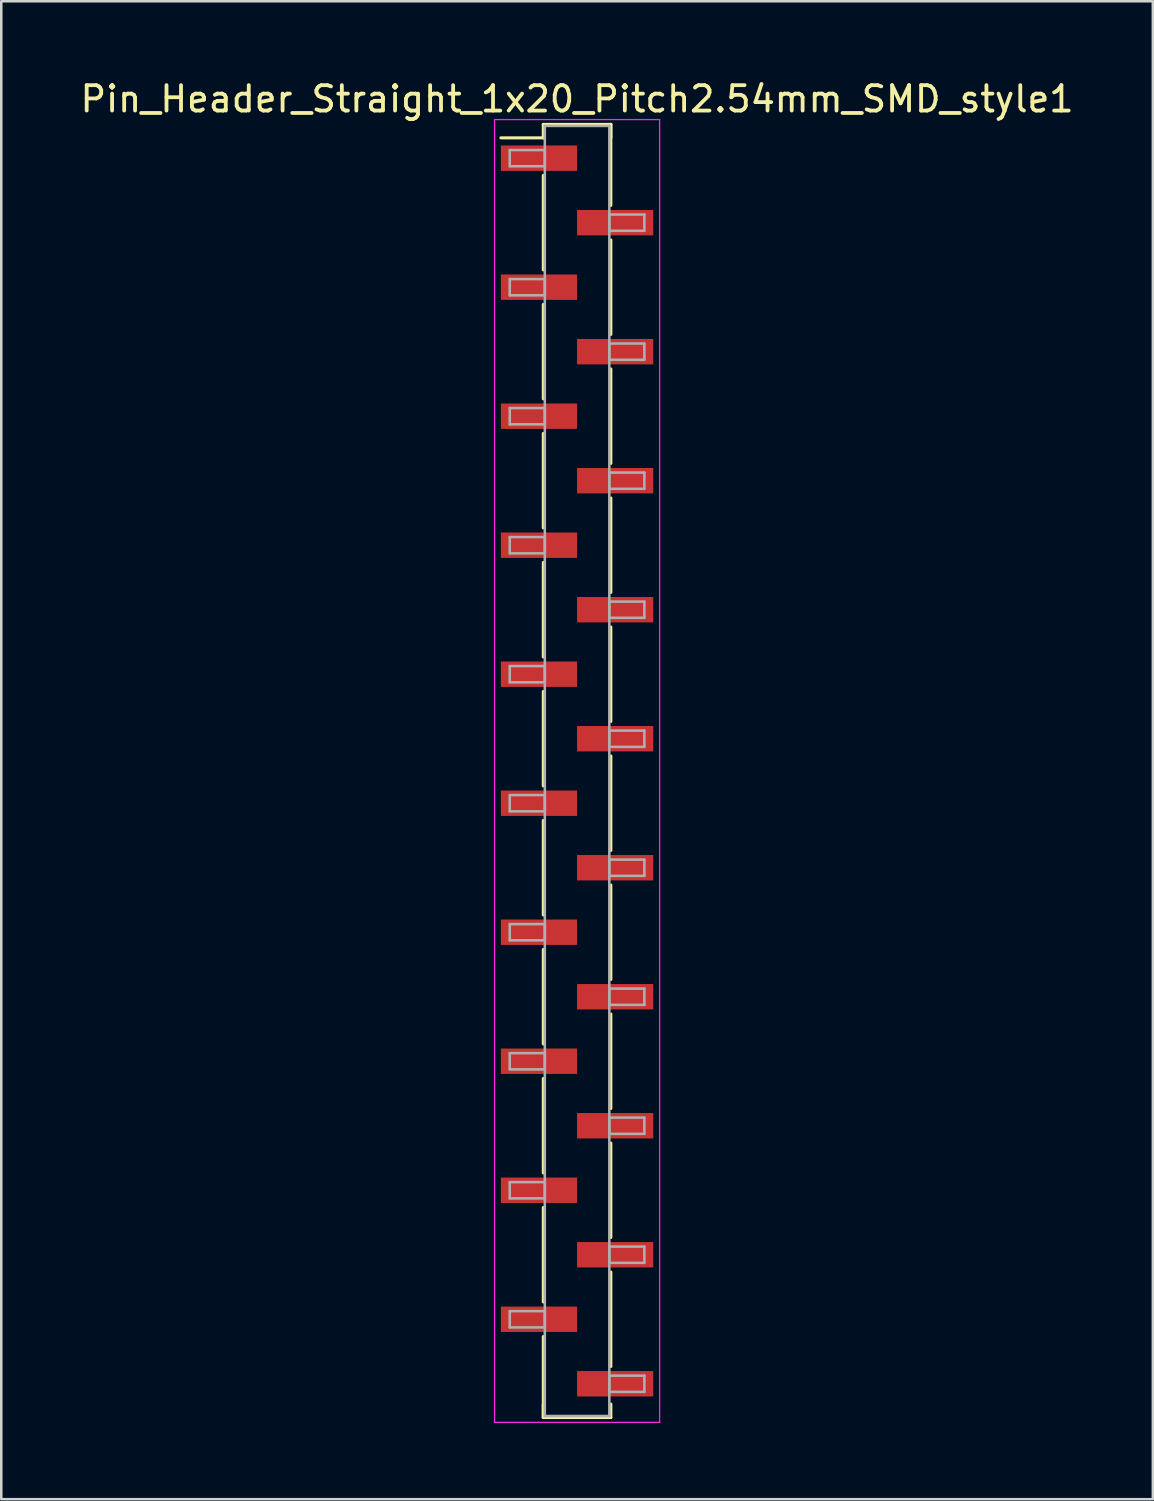
<source format=kicad_pcb>
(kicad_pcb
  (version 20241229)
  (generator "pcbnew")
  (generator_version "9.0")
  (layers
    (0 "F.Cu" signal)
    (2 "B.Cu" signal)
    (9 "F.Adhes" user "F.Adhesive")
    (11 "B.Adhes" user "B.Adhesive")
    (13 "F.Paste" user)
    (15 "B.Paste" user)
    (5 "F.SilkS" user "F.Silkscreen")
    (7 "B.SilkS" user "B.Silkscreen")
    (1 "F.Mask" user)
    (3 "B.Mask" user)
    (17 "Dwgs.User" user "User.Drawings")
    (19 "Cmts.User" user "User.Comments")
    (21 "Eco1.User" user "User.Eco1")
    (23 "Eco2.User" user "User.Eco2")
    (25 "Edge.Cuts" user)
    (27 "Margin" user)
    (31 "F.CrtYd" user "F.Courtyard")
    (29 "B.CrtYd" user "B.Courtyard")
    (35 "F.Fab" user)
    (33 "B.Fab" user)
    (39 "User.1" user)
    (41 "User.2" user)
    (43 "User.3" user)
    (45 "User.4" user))
  (footprint "Pin_Header_Straight_1x20_Pitch2.54mm_SMD_style1"
    (layer "F.Cu")
    (at 19.673 27.308)
    (property "Reference" "Pin_Header_Straight_1x20_Pitch2.54mm_SMD_style1" (at 0 -26.46 0) (layer "F.SilkS") (effects (font (size 1 1) (thickness 0.15))))
    (attr smd)
    (fp_line (start -1.33 -25.46) (end 1.33 -25.46) (stroke (width 0.12) (type solid)) (layer "F.SilkS"))
    (fp_line (start -1.33 -24.93) (end -3 -24.93) (stroke (width 0.12) (type solid)) (layer "F.SilkS"))
    (fp_line (start -1.33 -24.93) (end -1.33 -25.46) (stroke (width 0.12) (type solid)) (layer "F.SilkS"))
    (fp_line (start -1.33 -23.45) (end -1.33 -19.73) (stroke (width 0.12) (type solid)) (layer "F.SilkS"))
    (fp_line (start -1.33 -18.37) (end -1.33 -14.65) (stroke (width 0.12) (type solid)) (layer "F.SilkS"))
    (fp_line (start -1.33 -13.29) (end -1.33 -9.57) (stroke (width 0.12) (type solid)) (layer "F.SilkS"))
    (fp_line (start -1.33 -8.21) (end -1.33 -4.49) (stroke (width 0.12) (type solid)) (layer "F.SilkS"))
    (fp_line (start -1.33 -3.13) (end -1.33 0.59) (stroke (width 0.12) (type solid)) (layer "F.SilkS"))
    (fp_line (start -1.33 1.95) (end -1.33 5.67) (stroke (width 0.12) (type solid)) (layer "F.SilkS"))
    (fp_line (start -1.33 7.03) (end -1.33 10.75) (stroke (width 0.12) (type solid)) (layer "F.SilkS"))
    (fp_line (start -1.33 12.11) (end -1.33 15.83) (stroke (width 0.12) (type solid)) (layer "F.SilkS"))
    (fp_line (start -1.33 17.19) (end -1.33 20.91) (stroke (width 0.12) (type solid)) (layer "F.SilkS"))
    (fp_line (start -1.33 22.27) (end -1.33 25.46) (stroke (width 0.12) (type solid)) (layer "F.SilkS"))
    (fp_line (start -1.33 24.93) (end -1.33 25.46) (stroke (width 0.12) (type solid)) (layer "F.SilkS"))
    (fp_line (start -1.33 25.46) (end 1.33 25.46) (stroke (width 0.12) (type solid)) (layer "F.SilkS"))
    (fp_line (start 1.33 -25.46) (end 1.33 -24.93) (stroke (width 0.12) (type solid)) (layer "F.SilkS"))
    (fp_line (start 1.33 -25.46) (end 1.33 -22.27) (stroke (width 0.12) (type solid)) (layer "F.SilkS"))
    (fp_line (start 1.33 -20.91) (end 1.33 -17.19) (stroke (width 0.12) (type solid)) (layer "F.SilkS"))
    (fp_line (start 1.33 -15.83) (end 1.33 -12.11) (stroke (width 0.12) (type solid)) (layer "F.SilkS"))
    (fp_line (start 1.33 -10.75) (end 1.33 -7.03) (stroke (width 0.12) (type solid)) (layer "F.SilkS"))
    (fp_line (start 1.33 -5.67) (end 1.33 -1.95) (stroke (width 0.12) (type solid)) (layer "F.SilkS"))
    (fp_line (start 1.33 -0.59) (end 1.33 3.13) (stroke (width 0.12) (type solid)) (layer "F.SilkS"))
    (fp_line (start 1.33 4.49) (end 1.33 8.21) (stroke (width 0.12) (type solid)) (layer "F.SilkS"))
    (fp_line (start 1.33 9.57) (end 1.33 13.29) (stroke (width 0.12) (type solid)) (layer "F.SilkS"))
    (fp_line (start 1.33 14.65) (end 1.33 18.37) (stroke (width 0.12) (type solid)) (layer "F.SilkS"))
    (fp_line (start 1.33 19.73) (end 1.33 23.45) (stroke (width 0.12) (type solid)) (layer "F.SilkS"))
    (fp_line (start 1.33 25.46) (end 1.33 24.93) (stroke (width 0.12) (type solid)) (layer "F.SilkS"))
    (fp_line (start -3.25 -25.65) (end -3.25 25.65) (stroke (width 0.05) (type solid)) (layer "F.CrtYd"))
    (fp_line (start -3.25 25.65) (end 3.25 25.65) (stroke (width 0.05) (type solid)) (layer "F.CrtYd"))
    (fp_line (start 3.25 -25.65) (end -3.25 -25.65) (stroke (width 0.05) (type solid)) (layer "F.CrtYd"))
    (fp_line (start 3.25 25.65) (end 3.25 -25.65) (stroke (width 0.05) (type solid)) (layer "F.CrtYd"))
    (fp_line (start -2.65 -24.45) (end -1.27 -24.45) (stroke (width 0.1) (type solid)) (layer "F.Fab"))
    (fp_line (start -2.65 -23.81) (end -2.65 -24.45) (stroke (width 0.1) (type solid)) (layer "F.Fab"))
    (fp_line (start -2.65 -19.37) (end -1.27 -19.37) (stroke (width 0.1) (type solid)) (layer "F.Fab"))
    (fp_line (start -2.65 -18.73) (end -2.65 -19.37) (stroke (width 0.1) (type solid)) (layer "F.Fab"))
    (fp_line (start -2.65 -14.29) (end -1.27 -14.29) (stroke (width 0.1) (type solid)) (layer "F.Fab"))
    (fp_line (start -2.65 -13.65) (end -2.65 -14.29) (stroke (width 0.1) (type solid)) (layer "F.Fab"))
    (fp_line (start -2.65 -9.21) (end -1.27 -9.21) (stroke (width 0.1) (type solid)) (layer "F.Fab"))
    (fp_line (start -2.65 -8.57) (end -2.65 -9.21) (stroke (width 0.1) (type solid)) (layer "F.Fab"))
    (fp_line (start -2.65 -4.13) (end -1.27 -4.13) (stroke (width 0.1) (type solid)) (layer "F.Fab"))
    (fp_line (start -2.65 -3.49) (end -2.65 -4.13) (stroke (width 0.1) (type solid)) (layer "F.Fab"))
    (fp_line (start -2.65 0.95) (end -1.27 0.95) (stroke (width 0.1) (type solid)) (layer "F.Fab"))
    (fp_line (start -2.65 1.59) (end -2.65 0.95) (stroke (width 0.1) (type solid)) (layer "F.Fab"))
    (fp_line (start -2.65 6.03) (end -1.27 6.03) (stroke (width 0.1) (type solid)) (layer "F.Fab"))
    (fp_line (start -2.65 6.67) (end -2.65 6.03) (stroke (width 0.1) (type solid)) (layer "F.Fab"))
    (fp_line (start -2.65 11.11) (end -1.27 11.11) (stroke (width 0.1) (type solid)) (layer "F.Fab"))
    (fp_line (start -2.65 11.75) (end -2.65 11.11) (stroke (width 0.1) (type solid)) (layer "F.Fab"))
    (fp_line (start -2.65 16.19) (end -1.27 16.19) (stroke (width 0.1) (type solid)) (layer "F.Fab"))
    (fp_line (start -2.65 16.83) (end -2.65 16.19) (stroke (width 0.1) (type solid)) (layer "F.Fab"))
    (fp_line (start -2.65 21.27) (end -1.27 21.27) (stroke (width 0.1) (type solid)) (layer "F.Fab"))
    (fp_line (start -2.65 21.91) (end -2.65 21.27) (stroke (width 0.1) (type solid)) (layer "F.Fab"))
    (fp_line (start -1.27 -25.4) (end -1.27 25.4) (stroke (width 0.1) (type solid)) (layer "F.Fab"))
    (fp_line (start -1.27 -24.45) (end -1.27 -23.81) (stroke (width 0.1) (type solid)) (layer "F.Fab"))
    (fp_line (start -1.27 -23.81) (end -2.65 -23.81) (stroke (width 0.1) (type solid)) (layer "F.Fab"))
    (fp_line (start -1.27 -19.37) (end -1.27 -18.73) (stroke (width 0.1) (type solid)) (layer "F.Fab"))
    (fp_line (start -1.27 -18.73) (end -2.65 -18.73) (stroke (width 0.1) (type solid)) (layer "F.Fab"))
    (fp_line (start -1.27 -14.29) (end -1.27 -13.65) (stroke (width 0.1) (type solid)) (layer "F.Fab"))
    (fp_line (start -1.27 -13.65) (end -2.65 -13.65) (stroke (width 0.1) (type solid)) (layer "F.Fab"))
    (fp_line (start -1.27 -9.21) (end -1.27 -8.57) (stroke (width 0.1) (type solid)) (layer "F.Fab"))
    (fp_line (start -1.27 -8.57) (end -2.65 -8.57) (stroke (width 0.1) (type solid)) (layer "F.Fab"))
    (fp_line (start -1.27 -4.13) (end -1.27 -3.49) (stroke (width 0.1) (type solid)) (layer "F.Fab"))
    (fp_line (start -1.27 -3.49) (end -2.65 -3.49) (stroke (width 0.1) (type solid)) (layer "F.Fab"))
    (fp_line (start -1.27 0.95) (end -1.27 1.59) (stroke (width 0.1) (type solid)) (layer "F.Fab"))
    (fp_line (start -1.27 1.59) (end -2.65 1.59) (stroke (width 0.1) (type solid)) (layer "F.Fab"))
    (fp_line (start -1.27 6.03) (end -1.27 6.67) (stroke (width 0.1) (type solid)) (layer "F.Fab"))
    (fp_line (start -1.27 6.67) (end -2.65 6.67) (stroke (width 0.1) (type solid)) (layer "F.Fab"))
    (fp_line (start -1.27 11.11) (end -1.27 11.75) (stroke (width 0.1) (type solid)) (layer "F.Fab"))
    (fp_line (start -1.27 11.75) (end -2.65 11.75) (stroke (width 0.1) (type solid)) (layer "F.Fab"))
    (fp_line (start -1.27 16.19) (end -1.27 16.83) (stroke (width 0.1) (type solid)) (layer "F.Fab"))
    (fp_line (start -1.27 16.83) (end -2.65 16.83) (stroke (width 0.1) (type solid)) (layer "F.Fab"))
    (fp_line (start -1.27 21.27) (end -1.27 21.91) (stroke (width 0.1) (type solid)) (layer "F.Fab"))
    (fp_line (start -1.27 21.91) (end -2.65 21.91) (stroke (width 0.1) (type solid)) (layer "F.Fab"))
    (fp_line (start -1.27 25.4) (end 1.27 25.4) (stroke (width 0.1) (type solid)) (layer "F.Fab"))
    (fp_line (start 1.27 -25.4) (end -1.27 -25.4) (stroke (width 0.1) (type solid)) (layer "F.Fab"))
    (fp_line (start 1.27 -21.91) (end 1.27 -21.27) (stroke (width 0.1) (type solid)) (layer "F.Fab"))
    (fp_line (start 1.27 -21.27) (end 2.65 -21.27) (stroke (width 0.1) (type solid)) (layer "F.Fab"))
    (fp_line (start 1.27 -16.83) (end 1.27 -16.19) (stroke (width 0.1) (type solid)) (layer "F.Fab"))
    (fp_line (start 1.27 -16.19) (end 2.65 -16.19) (stroke (width 0.1) (type solid)) (layer "F.Fab"))
    (fp_line (start 1.27 -11.75) (end 1.27 -11.11) (stroke (width 0.1) (type solid)) (layer "F.Fab"))
    (fp_line (start 1.27 -11.11) (end 2.65 -11.11) (stroke (width 0.1) (type solid)) (layer "F.Fab"))
    (fp_line (start 1.27 -6.67) (end 1.27 -6.03) (stroke (width 0.1) (type solid)) (layer "F.Fab"))
    (fp_line (start 1.27 -6.03) (end 2.65 -6.03) (stroke (width 0.1) (type solid)) (layer "F.Fab"))
    (fp_line (start 1.27 -1.59) (end 1.27 -0.95) (stroke (width 0.1) (type solid)) (layer "F.Fab"))
    (fp_line (start 1.27 -0.95) (end 2.65 -0.95) (stroke (width 0.1) (type solid)) (layer "F.Fab"))
    (fp_line (start 1.27 3.49) (end 1.27 4.13) (stroke (width 0.1) (type solid)) (layer "F.Fab"))
    (fp_line (start 1.27 4.13) (end 2.65 4.13) (stroke (width 0.1) (type solid)) (layer "F.Fab"))
    (fp_line (start 1.27 8.57) (end 1.27 9.21) (stroke (width 0.1) (type solid)) (layer "F.Fab"))
    (fp_line (start 1.27 9.21) (end 2.65 9.21) (stroke (width 0.1) (type solid)) (layer "F.Fab"))
    (fp_line (start 1.27 13.65) (end 1.27 14.29) (stroke (width 0.1) (type solid)) (layer "F.Fab"))
    (fp_line (start 1.27 14.29) (end 2.65 14.29) (stroke (width 0.1) (type solid)) (layer "F.Fab"))
    (fp_line (start 1.27 18.73) (end 1.27 19.37) (stroke (width 0.1) (type solid)) (layer "F.Fab"))
    (fp_line (start 1.27 19.37) (end 2.65 19.37) (stroke (width 0.1) (type solid)) (layer "F.Fab"))
    (fp_line (start 1.27 23.81) (end 1.27 24.45) (stroke (width 0.1) (type solid)) (layer "F.Fab"))
    (fp_line (start 1.27 24.45) (end 2.65 24.45) (stroke (width 0.1) (type solid)) (layer "F.Fab"))
    (fp_line (start 1.27 25.4) (end 1.27 -25.4) (stroke (width 0.1) (type solid)) (layer "F.Fab"))
    (fp_line (start 2.65 -21.91) (end 1.27 -21.91) (stroke (width 0.1) (type solid)) (layer "F.Fab"))
    (fp_line (start 2.65 -21.27) (end 2.65 -21.91) (stroke (width 0.1) (type solid)) (layer "F.Fab"))
    (fp_line (start 2.65 -16.83) (end 1.27 -16.83) (stroke (width 0.1) (type solid)) (layer "F.Fab"))
    (fp_line (start 2.65 -16.19) (end 2.65 -16.83) (stroke (width 0.1) (type solid)) (layer "F.Fab"))
    (fp_line (start 2.65 -11.75) (end 1.27 -11.75) (stroke (width 0.1) (type solid)) (layer "F.Fab"))
    (fp_line (start 2.65 -11.11) (end 2.65 -11.75) (stroke (width 0.1) (type solid)) (layer "F.Fab"))
    (fp_line (start 2.65 -6.67) (end 1.27 -6.67) (stroke (width 0.1) (type solid)) (layer "F.Fab"))
    (fp_line (start 2.65 -6.03) (end 2.65 -6.67) (stroke (width 0.1) (type solid)) (layer "F.Fab"))
    (fp_line (start 2.65 -1.59) (end 1.27 -1.59) (stroke (width 0.1) (type solid)) (layer "F.Fab"))
    (fp_line (start 2.65 -0.95) (end 2.65 -1.59) (stroke (width 0.1) (type solid)) (layer "F.Fab"))
    (fp_line (start 2.65 3.49) (end 1.27 3.49) (stroke (width 0.1) (type solid)) (layer "F.Fab"))
    (fp_line (start 2.65 4.13) (end 2.65 3.49) (stroke (width 0.1) (type solid)) (layer "F.Fab"))
    (fp_line (start 2.65 8.57) (end 1.27 8.57) (stroke (width 0.1) (type solid)) (layer "F.Fab"))
    (fp_line (start 2.65 9.21) (end 2.65 8.57) (stroke (width 0.1) (type solid)) (layer "F.Fab"))
    (fp_line (start 2.65 13.65) (end 1.27 13.65) (stroke (width 0.1) (type solid)) (layer "F.Fab"))
    (fp_line (start 2.65 14.29) (end 2.65 13.65) (stroke (width 0.1) (type solid)) (layer "F.Fab"))
    (fp_line (start 2.65 18.73) (end 1.27 18.73) (stroke (width 0.1) (type solid)) (layer "F.Fab"))
    (fp_line (start 2.65 19.37) (end 2.65 18.73) (stroke (width 0.1) (type solid)) (layer "F.Fab"))
    (fp_line (start 2.65 23.81) (end 1.27 23.81) (stroke (width 0.1) (type solid)) (layer "F.Fab"))
    (fp_line (start 2.65 24.45) (end 2.65 23.81) (stroke (width 0.1) (type solid)) (layer "F.Fab"))
    (pad "1" smd rect (at -1.5 -24.13) (size 3 1) (layers "F.Cu" "F.Mask"))
    (pad "2" smd rect (at 1.5 -21.59) (size 3 1) (layers "F.Cu" "F.Mask"))
    (pad "3" smd rect (at -1.5 -19.05) (size 3 1) (layers "F.Cu" "F.Mask"))
    (pad "4" smd rect (at 1.5 -16.51) (size 3 1) (layers "F.Cu" "F.Mask"))
    (pad "5" smd rect (at -1.5 -13.97) (size 3 1) (layers "F.Cu" "F.Mask"))
    (pad "6" smd rect (at 1.5 -11.43) (size 3 1) (layers "F.Cu" "F.Mask"))
    (pad "7" smd rect (at -1.5 -8.89) (size 3 1) (layers "F.Cu" "F.Mask"))
    (pad "8" smd rect (at 1.5 -6.35) (size 3 1) (layers "F.Cu" "F.Mask"))
    (pad "9" smd rect (at -1.5 -3.81) (size 3 1) (layers "F.Cu" "F.Mask"))
    (pad "10" smd rect (at 1.5 -1.27) (size 3 1) (layers "F.Cu" "F.Mask"))
    (pad "11" smd rect (at -1.5 1.27) (size 3 1) (layers "F.Cu" "F.Mask"))
    (pad "12" smd rect (at 1.5 3.81) (size 3 1) (layers "F.Cu" "F.Mask"))
    (pad "13" smd rect (at -1.5 6.35) (size 3 1) (layers "F.Cu" "F.Mask"))
    (pad "14" smd rect (at 1.5 8.89) (size 3 1) (layers "F.Cu" "F.Mask"))
    (pad "15" smd rect (at -1.5 11.43) (size 3 1) (layers "F.Cu" "F.Mask"))
    (pad "16" smd rect (at 1.5 13.97) (size 3 1) (layers "F.Cu" "F.Mask"))
    (pad "17" smd rect (at -1.5 16.51) (size 3 1) (layers "F.Cu" "F.Mask"))
    (pad "18" smd rect (at 1.5 19.05) (size 3 1) (layers "F.Cu" "F.Mask"))
    (pad "19" smd rect (at -1.5 21.59) (size 3 1) (layers "F.Cu" "F.Mask"))
    (pad "20" smd rect (at 1.5 24.13) (size 3 1) (layers "F.Cu" "F.Mask")))
  (gr_rect
    (start -3 -3)
    (end 42.345 55.983)
    (stroke (width 0.1) (type default))
    (fill no)
    (layer "Edge.Cuts")))
</source>
